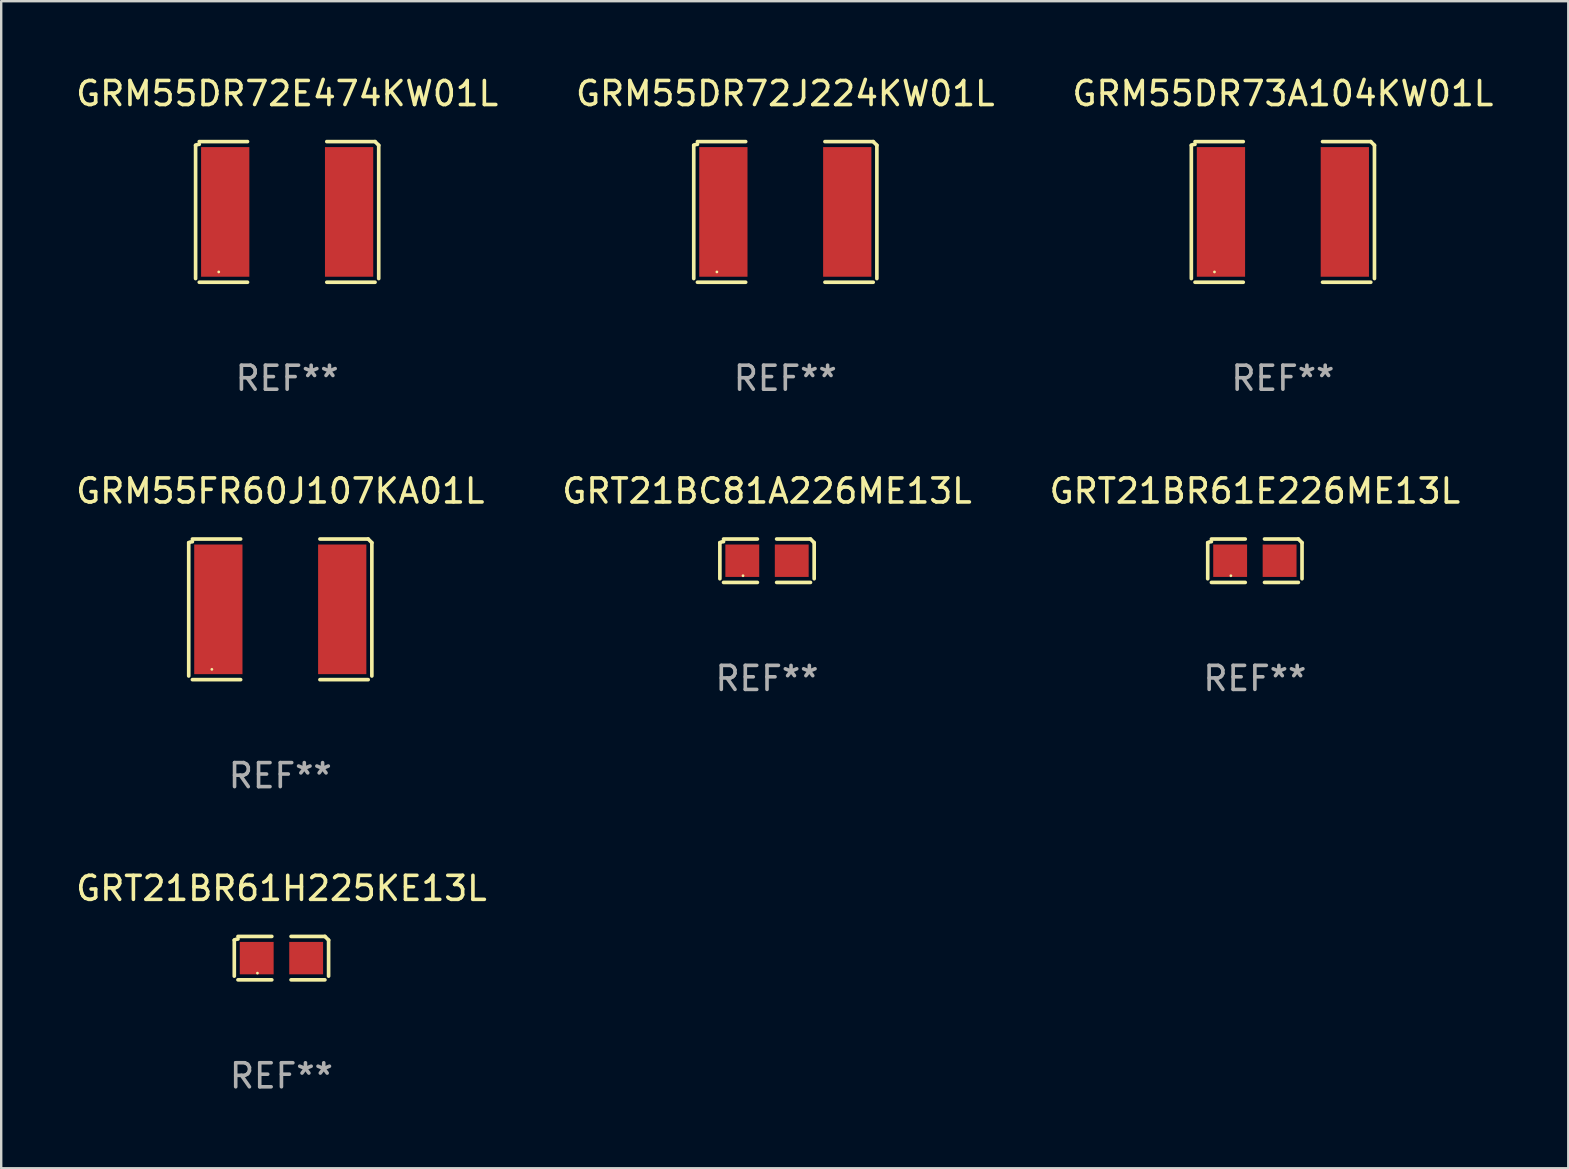
<source format=kicad_pcb>
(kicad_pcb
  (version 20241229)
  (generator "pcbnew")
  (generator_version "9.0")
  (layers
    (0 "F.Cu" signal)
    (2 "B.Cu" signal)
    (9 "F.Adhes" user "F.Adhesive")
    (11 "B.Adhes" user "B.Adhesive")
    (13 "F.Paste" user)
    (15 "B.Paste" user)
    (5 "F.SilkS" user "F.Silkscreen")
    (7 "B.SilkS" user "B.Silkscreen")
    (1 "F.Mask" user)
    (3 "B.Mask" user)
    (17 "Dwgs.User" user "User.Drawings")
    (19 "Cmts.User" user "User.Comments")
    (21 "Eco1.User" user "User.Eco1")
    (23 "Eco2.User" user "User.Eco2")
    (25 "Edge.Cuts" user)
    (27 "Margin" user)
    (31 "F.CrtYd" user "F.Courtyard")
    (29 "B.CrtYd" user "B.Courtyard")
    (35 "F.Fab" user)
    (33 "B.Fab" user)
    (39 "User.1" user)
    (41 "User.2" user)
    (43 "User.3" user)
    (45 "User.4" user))
  (footprint "GRM55DR72E474KW01L"
    (layer "F.Cu")
    (at 8.911 5.777)
    (property "Reference" "GRM55DR72E474KW01L" (at 0 -4.929 0) (layer "F.SilkS") (effects (font (size 1 1) (thickness 0.15))))
    (attr through_hole)
    (fp_line (start -3.814 2.776) (end -3.814 -2.776) (stroke (width 0.152) (type solid)) (layer "F.SilkS"))
    (fp_line (start -3.661 -2.929) (end -1.651 -2.929) (stroke (width 0.152) (type solid)) (layer "F.SilkS"))
    (fp_line (start -1.651 2.929) (end -3.661 2.929) (stroke (width 0.152) (type solid)) (layer "F.SilkS"))
    (fp_line (start 1.651 2.929) (end 3.661 2.929) (stroke (width 0.152) (type solid)) (layer "F.SilkS"))
    (fp_line (start 3.661 -2.929) (end 1.651 -2.929) (stroke (width 0.152) (type solid)) (layer "F.SilkS"))
    (fp_line (start 3.814 2.776) (end 3.814 -2.776) (stroke (width 0.152) (type solid)) (layer "F.SilkS"))
    (fp_arc (start -3.813614 -2.7762) (mid -3.739925 -2.805625) (end -3.661214 -2.815646) (stroke (width 0.1524) (type solid)) (layer "F.SilkS"))
    (fp_arc (start 3.661214 -2.9286) (mid 3.737425 -2.852411) (end 3.813614 -2.7762) (stroke (width 0.1524) (type solid)) (layer "F.SilkS"))
    (fp_circle (center -2.85 2.5) (end -2.82 2.5) (stroke (width 0.06) (type solid)) (fill no) (layer "F.SilkS"))
    (fp_text user "REF**" (at 0 6.929 0) (layer "F.Fab") (effects (font (size 1 1) (thickness 0.15))))
    (pad "1" smd rect (at -2.58 0) (size 2.01 5.4) (layers "F.Cu" "F.Mask" "F.Paste"))
    (pad "2" smd rect (at 2.58 0) (size 2.01 5.4) (layers "F.Cu" "F.Mask" "F.Paste")))
  (footprint "GRM55DR72J224KW01L"
    (layer "F.Cu")
    (at 29.661 5.777)
    (property "Reference" "GRM55DR72J224KW01L" (at 0 -4.929 0) (layer "F.SilkS") (effects (font (size 1 1) (thickness 0.15))))
    (attr through_hole)
    (fp_line (start -3.814 2.776) (end -3.814 -2.776) (stroke (width 0.152) (type solid)) (layer "F.SilkS"))
    (fp_line (start -3.661 -2.929) (end -1.651 -2.929) (stroke (width 0.152) (type solid)) (layer "F.SilkS"))
    (fp_line (start -1.651 2.929) (end -3.661 2.929) (stroke (width 0.152) (type solid)) (layer "F.SilkS"))
    (fp_line (start 1.651 2.929) (end 3.661 2.929) (stroke (width 0.152) (type solid)) (layer "F.SilkS"))
    (fp_line (start 3.661 -2.929) (end 1.651 -2.929) (stroke (width 0.152) (type solid)) (layer "F.SilkS"))
    (fp_line (start 3.814 2.776) (end 3.814 -2.776) (stroke (width 0.152) (type solid)) (layer "F.SilkS"))
    (fp_arc (start -3.813614 -2.7762) (mid -3.739925 -2.805625) (end -3.661214 -2.815646) (stroke (width 0.1524) (type solid)) (layer "F.SilkS"))
    (fp_arc (start 3.661214 -2.9286) (mid 3.737425 -2.852411) (end 3.813614 -2.7762) (stroke (width 0.1524) (type solid)) (layer "F.SilkS"))
    (fp_circle (center -2.85 2.5) (end -2.82 2.5) (stroke (width 0.06) (type solid)) (fill no) (layer "F.SilkS"))
    (fp_text user "REF**" (at 0 6.929 0) (layer "F.Fab") (effects (font (size 1 1) (thickness 0.15))))
    (pad "1" smd rect (at -2.58 0) (size 2.01 5.4) (layers "F.Cu" "F.Mask" "F.Paste"))
    (pad "2" smd rect (at 2.58 0) (size 2.01 5.4) (layers "F.Cu" "F.Mask" "F.Paste")))
  (footprint "GRT21BR61E226ME13L"
    (layer "F.Cu")
    (at 49.22 20.306)
    (property "Reference" "GRT21BR61E226ME13L" (at 0 -2.904 0) (layer "F.SilkS") (effects (font (size 1 1) (thickness 0.15))))
    (attr through_hole)
    (fp_line (start -1.964 0.751) (end -1.964 -0.751) (stroke (width 0.152) (type solid)) (layer "F.SilkS"))
    (fp_line (start -1.811 -0.904) (end -0.401 -0.904) (stroke (width 0.152) (type solid)) (layer "F.SilkS"))
    (fp_line (start -0.401 0.904) (end -1.811 0.904) (stroke (width 0.152) (type solid)) (layer "F.SilkS"))
    (fp_line (start 0.401 0.904) (end 1.811 0.904) (stroke (width 0.152) (type solid)) (layer "F.SilkS"))
    (fp_line (start 1.811 -0.904) (end 0.401 -0.904) (stroke (width 0.152) (type solid)) (layer "F.SilkS"))
    (fp_line (start 1.964 0.751) (end 1.964 -0.751) (stroke (width 0.152) (type solid)) (layer "F.SilkS"))
    (fp_arc (start -1.963602 -0.751207) (mid -1.890354 -0.783131) (end -1.811201 -0.794044) (stroke (width 0.1524) (type solid)) (layer "F.SilkS"))
    (fp_arc (start 1.811202 -0.903607) (mid 1.887413 -0.827418) (end 1.963602 -0.751207) (stroke (width 0.1524) (type solid)) (layer "F.SilkS"))
    (fp_circle (center -1 0.625) (end -0.97 0.625) (stroke (width 0.06) (type solid)) (fill no) (layer "F.SilkS"))
    (fp_text user "REF**" (at 0 4.904 0) (layer "F.Fab") (effects (font (size 1 1) (thickness 0.15))))
    (pad "1" smd rect (at -1.03 0) (size 1.41 1.35) (layers "F.Cu" "F.Mask" "F.Paste"))
    (pad "2" smd rect (at 1.03 0) (size 1.41 1.35) (layers "F.Cu" "F.Mask" "F.Paste")))
  (footprint "GRM55DR73A104KW01L"
    (layer "F.Cu")
    (at 50.387 5.777)
    (property "Reference" "GRM55DR73A104KW01L" (at 0 -4.929 0) (layer "F.SilkS") (effects (font (size 1 1) (thickness 0.15))))
    (attr through_hole)
    (fp_line (start -3.814 2.776) (end -3.814 -2.776) (stroke (width 0.152) (type solid)) (layer "F.SilkS"))
    (fp_line (start -3.661 -2.929) (end -1.651 -2.929) (stroke (width 0.152) (type solid)) (layer "F.SilkS"))
    (fp_line (start -1.651 2.929) (end -3.661 2.929) (stroke (width 0.152) (type solid)) (layer "F.SilkS"))
    (fp_line (start 1.651 2.929) (end 3.661 2.929) (stroke (width 0.152) (type solid)) (layer "F.SilkS"))
    (fp_line (start 3.661 -2.929) (end 1.651 -2.929) (stroke (width 0.152) (type solid)) (layer "F.SilkS"))
    (fp_line (start 3.814 2.776) (end 3.814 -2.776) (stroke (width 0.152) (type solid)) (layer "F.SilkS"))
    (fp_arc (start -3.813614 -2.7762) (mid -3.739925 -2.805625) (end -3.661214 -2.815646) (stroke (width 0.1524) (type solid)) (layer "F.SilkS"))
    (fp_arc (start 3.661214 -2.9286) (mid 3.737425 -2.852411) (end 3.813614 -2.7762) (stroke (width 0.1524) (type solid)) (layer "F.SilkS"))
    (fp_circle (center -2.85 2.5) (end -2.82 2.5) (stroke (width 0.06) (type solid)) (fill no) (layer "F.SilkS"))
    (fp_text user "REF**" (at 0 6.929 0) (layer "F.Fab") (effects (font (size 1 1) (thickness 0.15))))
    (pad "1" smd rect (at -2.58 0) (size 2.01 5.4) (layers "F.Cu" "F.Mask" "F.Paste"))
    (pad "2" smd rect (at 2.58 0) (size 2.01 5.4) (layers "F.Cu" "F.Mask" "F.Paste")))
  (footprint "GRT21BC81A226ME13L"
    (layer "F.Cu")
    (at 28.899 20.306)
    (property "Reference" "GRT21BC81A226ME13L" (at 0 -2.904 0) (layer "F.SilkS") (effects (font (size 1 1) (thickness 0.15))))
    (attr through_hole)
    (fp_line (start -1.964 0.751) (end -1.964 -0.751) (stroke (width 0.152) (type solid)) (layer "F.SilkS"))
    (fp_line (start -1.811 -0.904) (end -0.401 -0.904) (stroke (width 0.152) (type solid)) (layer "F.SilkS"))
    (fp_line (start -0.401 0.904) (end -1.811 0.904) (stroke (width 0.152) (type solid)) (layer "F.SilkS"))
    (fp_line (start 0.401 0.904) (end 1.811 0.904) (stroke (width 0.152) (type solid)) (layer "F.SilkS"))
    (fp_line (start 1.811 -0.904) (end 0.401 -0.904) (stroke (width 0.152) (type solid)) (layer "F.SilkS"))
    (fp_line (start 1.964 0.751) (end 1.964 -0.751) (stroke (width 0.152) (type solid)) (layer "F.SilkS"))
    (fp_arc (start -1.963602 -0.751207) (mid -1.890354 -0.783131) (end -1.811201 -0.794044) (stroke (width 0.1524) (type solid)) (layer "F.SilkS"))
    (fp_arc (start 1.811202 -0.903607) (mid 1.887413 -0.827418) (end 1.963602 -0.751207) (stroke (width 0.1524) (type solid)) (layer "F.SilkS"))
    (fp_circle (center -1 0.625) (end -0.97 0.625) (stroke (width 0.06) (type solid)) (fill no) (layer "F.SilkS"))
    (fp_text user "REF**" (at 0 4.904 0) (layer "F.Fab") (effects (font (size 1 1) (thickness 0.15))))
    (pad "1" smd rect (at -1.03 0) (size 1.41 1.35) (layers "F.Cu" "F.Mask" "F.Paste"))
    (pad "2" smd rect (at 1.03 0) (size 1.41 1.35) (layers "F.Cu" "F.Mask" "F.Paste")))
  (footprint "GRT21BR61H225KE13L"
    (layer "F.Cu")
    (at 8.673 36.859)
    (property "Reference" "GRT21BR61H225KE13L" (at 0 -2.904 0) (layer "F.SilkS") (effects (font (size 1 1) (thickness 0.15))))
    (attr through_hole)
    (fp_line (start -1.964 0.751) (end -1.964 -0.751) (stroke (width 0.152) (type solid)) (layer "F.SilkS"))
    (fp_line (start -1.811 -0.904) (end -0.401 -0.904) (stroke (width 0.152) (type solid)) (layer "F.SilkS"))
    (fp_line (start -0.401 0.904) (end -1.811 0.904) (stroke (width 0.152) (type solid)) (layer "F.SilkS"))
    (fp_line (start 0.401 0.904) (end 1.811 0.904) (stroke (width 0.152) (type solid)) (layer "F.SilkS"))
    (fp_line (start 1.811 -0.904) (end 0.401 -0.904) (stroke (width 0.152) (type solid)) (layer "F.SilkS"))
    (fp_line (start 1.964 0.751) (end 1.964 -0.751) (stroke (width 0.152) (type solid)) (layer "F.SilkS"))
    (fp_arc (start -1.963602 -0.751207) (mid -1.890354 -0.783131) (end -1.811201 -0.794044) (stroke (width 0.1524) (type solid)) (layer "F.SilkS"))
    (fp_arc (start 1.811202 -0.903607) (mid 1.887413 -0.827418) (end 1.963602 -0.751207) (stroke (width 0.1524) (type solid)) (layer "F.SilkS"))
    (fp_circle (center -1 0.625) (end -0.97 0.625) (stroke (width 0.06) (type solid)) (fill no) (layer "F.SilkS"))
    (fp_text user "REF**" (at 0 4.904 0) (layer "F.Fab") (effects (font (size 1 1) (thickness 0.15))))
    (pad "1" smd rect (at -1.03 0) (size 1.41 1.35) (layers "F.Cu" "F.Mask" "F.Paste"))
    (pad "2" smd rect (at 1.03 0) (size 1.41 1.35) (layers "F.Cu" "F.Mask" "F.Paste")))
  (footprint "GRM55FR60J107KA01L"
    (layer "F.Cu")
    (at 8.625 22.331)
    (property "Reference" "GRM55FR60J107KA01L" (at 0 -4.929 0) (layer "F.SilkS") (effects (font (size 1 1) (thickness 0.15))))
    (attr through_hole)
    (fp_line (start -3.814 2.776) (end -3.814 -2.776) (stroke (width 0.152) (type solid)) (layer "F.SilkS"))
    (fp_line (start -3.661 -2.929) (end -1.651 -2.929) (stroke (width 0.152) (type solid)) (layer "F.SilkS"))
    (fp_line (start -1.651 2.929) (end -3.661 2.929) (stroke (width 0.152) (type solid)) (layer "F.SilkS"))
    (fp_line (start 1.651 2.929) (end 3.661 2.929) (stroke (width 0.152) (type solid)) (layer "F.SilkS"))
    (fp_line (start 3.661 -2.929) (end 1.651 -2.929) (stroke (width 0.152) (type solid)) (layer "F.SilkS"))
    (fp_line (start 3.814 2.776) (end 3.814 -2.776) (stroke (width 0.152) (type solid)) (layer "F.SilkS"))
    (fp_arc (start -3.813614 -2.7762) (mid -3.739925 -2.805625) (end -3.661214 -2.815646) (stroke (width 0.1524) (type solid)) (layer "F.SilkS"))
    (fp_arc (start 3.661214 -2.9286) (mid 3.737425 -2.852411) (end 3.813614 -2.7762) (stroke (width 0.1524) (type solid)) (layer "F.SilkS"))
    (fp_circle (center -2.85 2.5) (end -2.82 2.5) (stroke (width 0.06) (type solid)) (fill no) (layer "F.SilkS"))
    (fp_text user "REF**" (at 0 6.929 0) (layer "F.Fab") (effects (font (size 1 1) (thickness 0.15))))
    (pad "1" smd rect (at -2.58 0) (size 2.01 5.4) (layers "F.Cu" "F.Mask" "F.Paste"))
    (pad "2" smd rect (at 2.58 0) (size 2.01 5.4) (layers "F.Cu" "F.Mask" "F.Paste")))
  (gr_rect
    (start -3 -3)
    (end 62.274 45.611)
    (stroke (width 0.1) (type default))
    (fill no)
    (layer "Edge.Cuts")))
</source>
